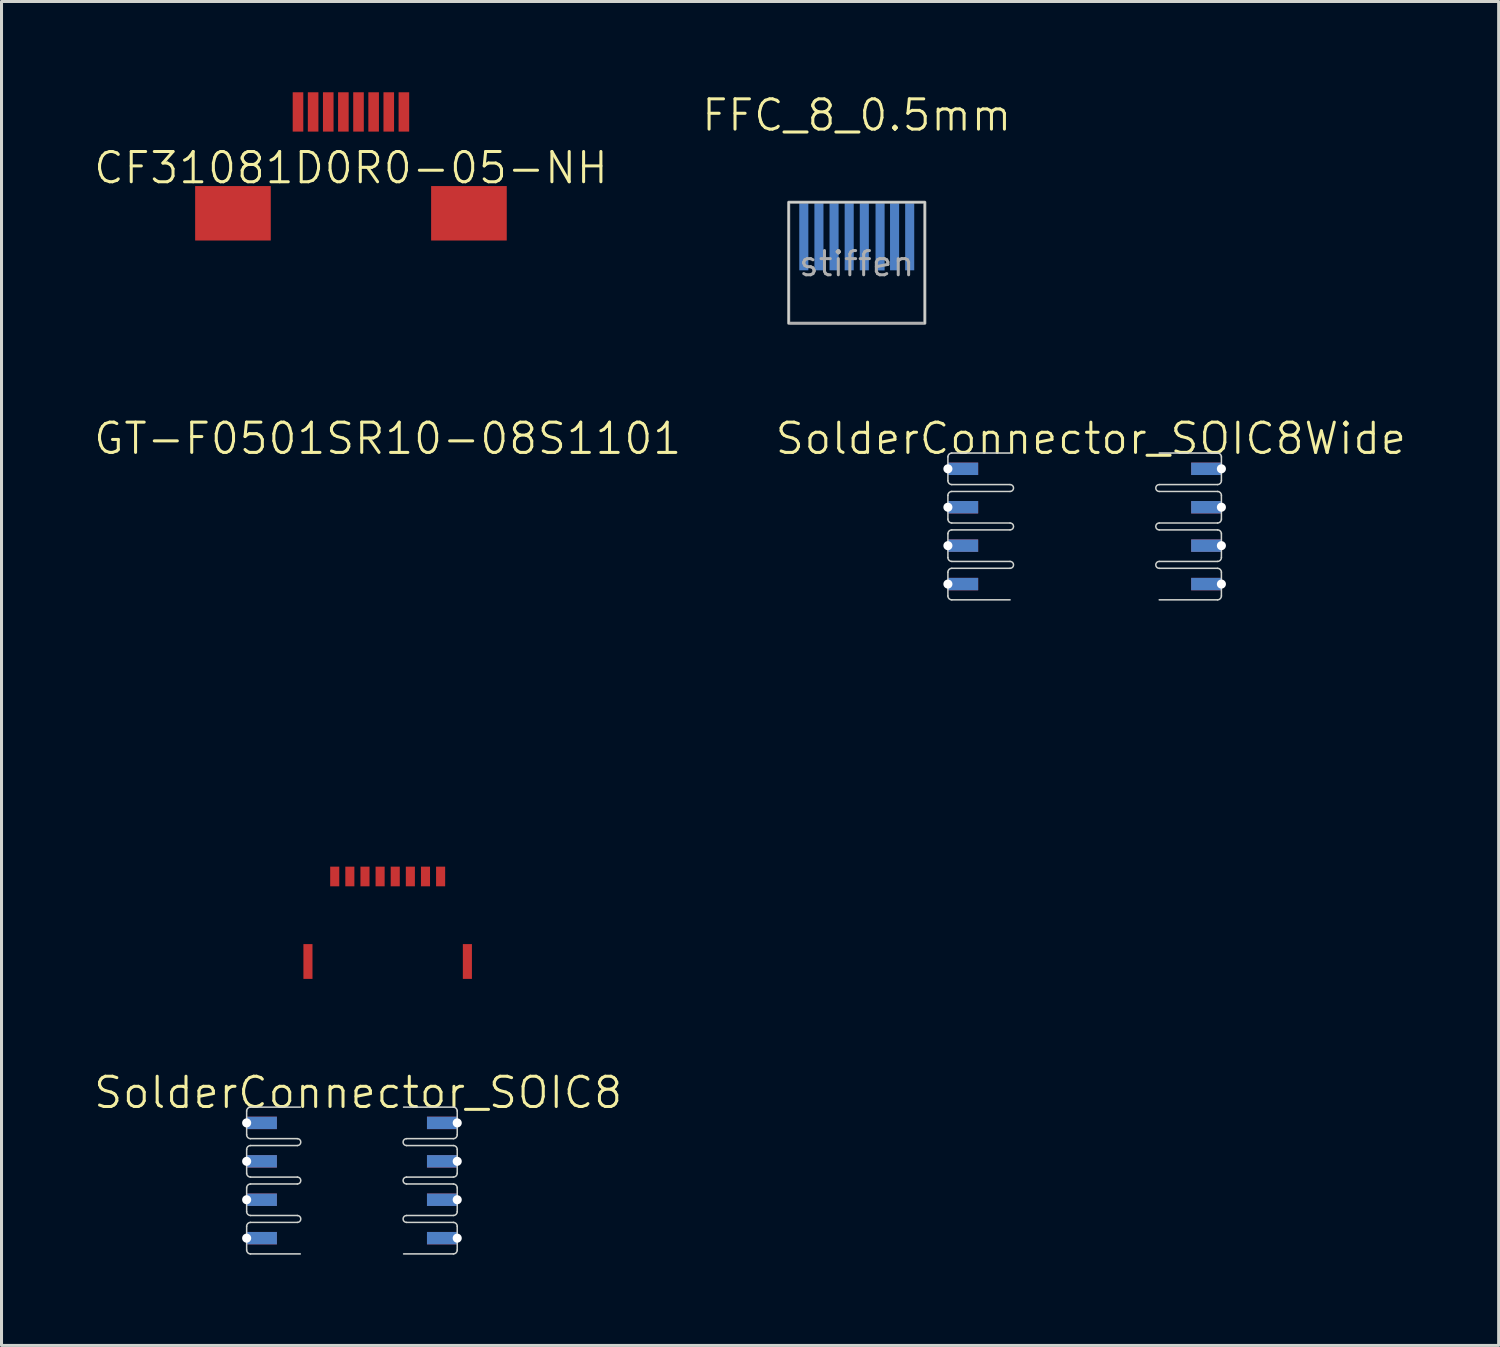
<source format=kicad_pcb>
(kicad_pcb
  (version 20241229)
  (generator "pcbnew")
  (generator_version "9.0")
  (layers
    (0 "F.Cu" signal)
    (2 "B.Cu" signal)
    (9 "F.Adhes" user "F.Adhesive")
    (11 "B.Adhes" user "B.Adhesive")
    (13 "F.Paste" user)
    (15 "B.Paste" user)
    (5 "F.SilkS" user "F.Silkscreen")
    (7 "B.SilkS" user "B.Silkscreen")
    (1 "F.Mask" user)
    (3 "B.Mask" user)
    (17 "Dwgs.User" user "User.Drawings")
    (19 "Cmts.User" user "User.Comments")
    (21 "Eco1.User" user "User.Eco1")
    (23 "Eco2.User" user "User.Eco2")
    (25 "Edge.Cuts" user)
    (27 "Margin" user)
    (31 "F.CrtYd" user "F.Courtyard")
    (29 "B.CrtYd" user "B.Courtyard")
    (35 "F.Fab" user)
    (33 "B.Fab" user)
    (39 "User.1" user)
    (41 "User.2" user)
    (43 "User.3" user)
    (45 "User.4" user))
  (footprint "SolderConnector_SOIC8"
    (layer "F.Cu")
    (at 8.583 35.971)
    (property "Reference" "SolderConnector_SOIC8" (at 0.205 -2.905 0) (unlocked yes) (layer "F.SilkS") (effects (font (size 1 1) (thickness 0.1))))
    (attr through_hole)
    (fp_line (start -3.48 -1.511) (end -3.48 -2.299) (stroke (width 0.05) (type default)) (layer "Edge.Cuts"))
    (fp_line (start -3.48 -1.029) (end -3.48 -0.241) (stroke (width 0.05) (type default)) (layer "Edge.Cuts"))
    (fp_line (start -3.48 0.241) (end -3.48 1.029) (stroke (width 0.05) (type default)) (layer "Edge.Cuts"))
    (fp_line (start -3.48 1.511) (end -3.48 2.299) (stroke (width 0.05) (type default)) (layer "Edge.Cuts"))
    (fp_line (start -3.353 -2.426) (end -1.708 -2.426) (stroke (width 0.05) (type default)) (layer "Edge.Cuts"))
    (fp_line (start -3.353 -1.384) (end -1.804 -1.384) (stroke (width 0.05) (type default)) (layer "Edge.Cuts"))
    (fp_line (start -3.353 -0.114) (end -1.804 -0.114) (stroke (width 0.05) (type default)) (layer "Edge.Cuts"))
    (fp_line (start -3.353 1.156) (end -1.804 1.156) (stroke (width 0.05) (type default)) (layer "Edge.Cuts"))
    (fp_line (start -3.353 2.426) (end -1.708 2.426) (stroke (width 0.05) (type default)) (layer "Edge.Cuts"))
    (fp_line (start -1.804 -1.156) (end -3.353 -1.156) (stroke (width 0.05) (type default)) (layer "Edge.Cuts"))
    (fp_line (start -1.804 0.114) (end -3.353 0.114) (stroke (width 0.05) (type default)) (layer "Edge.Cuts"))
    (fp_line (start -1.804 1.384) (end -3.353 1.384) (stroke (width 0.05) (type default)) (layer "Edge.Cuts"))
    (fp_line (start 1.804 -1.156) (end 3.353 -1.156) (stroke (width 0.05) (type default)) (layer "Edge.Cuts"))
    (fp_line (start 1.804 0.114) (end 3.353 0.114) (stroke (width 0.05) (type default)) (layer "Edge.Cuts"))
    (fp_line (start 1.804 1.384) (end 3.353 1.384) (stroke (width 0.05) (type default)) (layer "Edge.Cuts"))
    (fp_line (start 3.353 -2.426) (end 1.708 -2.426) (stroke (width 0.05) (type default)) (layer "Edge.Cuts"))
    (fp_line (start 3.353 -1.384) (end 1.804 -1.384) (stroke (width 0.05) (type default)) (layer "Edge.Cuts"))
    (fp_line (start 3.353 -0.114) (end 1.804 -0.114) (stroke (width 0.05) (type default)) (layer "Edge.Cuts"))
    (fp_line (start 3.353 1.156) (end 1.804 1.156) (stroke (width 0.05) (type default)) (layer "Edge.Cuts"))
    (fp_line (start 3.353 2.426) (end 1.708 2.426) (stroke (width 0.05) (type default)) (layer "Edge.Cuts"))
    (fp_line (start 3.48 -2.299) (end 3.48 -1.511) (stroke (width 0.05) (type default)) (layer "Edge.Cuts"))
    (fp_line (start 3.48 -1.029) (end 3.48 -0.241) (stroke (width 0.05) (type default)) (layer "Edge.Cuts"))
    (fp_line (start 3.48 0.241) (end 3.48 1.029) (stroke (width 0.05) (type default)) (layer "Edge.Cuts"))
    (fp_line (start 3.48 1.511) (end 3.48 2.299) (stroke (width 0.05) (type default)) (layer "Edge.Cuts"))
    (fp_arc (start -3.48 -2.2987) (mid -3.442803 -2.388503) (end -3.353 -2.4257) (stroke (width 0.05) (type default)) (layer "Edge.Cuts"))
    (fp_arc (start -3.48 -1.0287) (mid -3.442803 -1.118503) (end -3.353 -1.1557) (stroke (width 0.05) (type default)) (layer "Edge.Cuts"))
    (fp_arc (start -3.48 0.2413) (mid -3.442803 0.151497) (end -3.353 0.1143) (stroke (width 0.05) (type default)) (layer "Edge.Cuts"))
    (fp_arc (start -3.48 1.5113) (mid -3.442803 1.421497) (end -3.353 1.3843) (stroke (width 0.05) (type default)) (layer "Edge.Cuts"))
    (fp_arc (start -3.353 -1.3843) (mid -3.442803 -1.421497) (end -3.48 -1.5113) (stroke (width 0.05) (type default)) (layer "Edge.Cuts"))
    (fp_arc (start -3.353 -0.1143) (mid -3.442803 -0.151497) (end -3.48 -0.2413) (stroke (width 0.05) (type default)) (layer "Edge.Cuts"))
    (fp_arc (start -3.353 1.1557) (mid -3.442803 1.118503) (end -3.48 1.0287) (stroke (width 0.05) (type default)) (layer "Edge.Cuts"))
    (fp_arc (start -3.353 2.4257) (mid -3.442803 2.388503) (end -3.48 2.2987) (stroke (width 0.05) (type default)) (layer "Edge.Cuts"))
    (fp_arc (start -1.8045 -1.3843) (mid -1.6902 -1.27) (end -1.8045 -1.1557) (stroke (width 0.05) (type default)) (layer "Edge.Cuts"))
    (fp_arc (start -1.8045 -0.1143) (mid -1.6902 0) (end -1.8045 0.1143) (stroke (width 0.05) (type default)) (layer "Edge.Cuts"))
    (fp_arc (start -1.8045 1.1557) (mid -1.6902 1.27) (end -1.8045 1.3843) (stroke (width 0.05) (type default)) (layer "Edge.Cuts"))
    (fp_arc (start 1.8045 -1.1557) (mid 1.6902 -1.27) (end 1.8045 -1.3843) (stroke (width 0.05) (type default)) (layer "Edge.Cuts"))
    (fp_arc (start 1.8045 0.1143) (mid 1.6902 0) (end 1.8045 -0.1143) (stroke (width 0.05) (type default)) (layer "Edge.Cuts"))
    (fp_arc (start 1.8045 1.3843) (mid 1.6902 1.27) (end 1.8045 1.1557) (stroke (width 0.05) (type default)) (layer "Edge.Cuts"))
    (fp_arc (start 3.353 -2.4257) (mid 3.442803 -2.388503) (end 3.48 -2.2987) (stroke (width 0.05) (type default)) (layer "Edge.Cuts"))
    (fp_arc (start 3.353 -1.1557) (mid 3.442803 -1.118503) (end 3.48 -1.0287) (stroke (width 0.05) (type default)) (layer "Edge.Cuts"))
    (fp_arc (start 3.353 0.1143) (mid 3.442803 0.151497) (end 3.48 0.2413) (stroke (width 0.05) (type default)) (layer "Edge.Cuts"))
    (fp_arc (start 3.353 1.3843) (mid 3.442803 1.421497) (end 3.48 1.5113) (stroke (width 0.05) (type default)) (layer "Edge.Cuts"))
    (fp_arc (start 3.48 -1.5113) (mid 3.442803 -1.421497) (end 3.353 -1.3843) (stroke (width 0.05) (type default)) (layer "Edge.Cuts"))
    (fp_arc (start 3.48 -0.2413) (mid 3.442803 -0.151497) (end 3.353 -0.1143) (stroke (width 0.05) (type default)) (layer "Edge.Cuts"))
    (fp_arc (start 3.48 1.0287) (mid 3.442803 1.118503) (end 3.353 1.1557) (stroke (width 0.05) (type default)) (layer "Edge.Cuts"))
    (fp_arc (start 3.48 2.2987) (mid 3.442803 2.388503) (end 3.353 2.4257) (stroke (width 0.05) (type default)) (layer "Edge.Cuts"))
    (pad "1" thru_hole rect (at -3.48 -1.905) (size 1 0.41) (drill 0.3 (offset 0.5 0)) (property pad_prop_castellated) (layers "*.Cu" "*.Mask"))
    (pad "2" thru_hole rect (at -3.48 -0.635) (size 1 0.41) (drill 0.3 (offset 0.5 0)) (property pad_prop_castellated) (layers "*.Cu" "*.Mask"))
    (pad "3" thru_hole rect (at -3.48 0.635) (size 1 0.41) (drill 0.3 (offset 0.5 0)) (property pad_prop_castellated) (layers "*.Cu" "*.Mask"))
    (pad "4" thru_hole rect (at -3.48 1.905) (size 1 0.41) (drill 0.3 (offset 0.5 0)) (property pad_prop_castellated) (layers "*.Cu" "*.Mask"))
    (pad "5" thru_hole rect (at 3.48 1.905 180) (size 1 0.41) (drill 0.3 (offset 0.5 0)) (property pad_prop_castellated) (layers "*.Cu" "*.Mask"))
    (pad "6" thru_hole rect (at 3.48 0.635 180) (size 1 0.41) (drill 0.3 (offset 0.5 0)) (property pad_prop_castellated) (layers "*.Cu" "*.Mask"))
    (pad "7" thru_hole rect (at 3.48 -0.635 180) (size 1 0.41) (drill 0.3 (offset 0.5 0)) (property pad_prop_castellated) (layers "*.Cu" "*.Mask"))
    (pad "8" thru_hole rect (at 3.48 -1.905 180) (size 1 0.41) (drill 0.3 (offset 0.5 0)) (property pad_prop_castellated) (layers "*.Cu" "*.Mask")))
  (footprint "SolderConnector_SOIC8Wide"
    (layer "F.Cu")
    (at 32.802 14.351)
    (property "Reference" "SolderConnector_SOIC8Wide" (at 0.205 -2.905 0) (unlocked yes) (layer "F.SilkS") (effects (font (size 1 1) (thickness 0.1))))
    (attr through_hole)
    (fp_line (start -4.52 -1.511) (end -4.52 -2.299) (stroke (width 0.05) (type default)) (layer "Edge.Cuts"))
    (fp_line (start -4.52 -1.029) (end -4.52 -0.241) (stroke (width 0.05) (type default)) (layer "Edge.Cuts"))
    (fp_line (start -4.52 0.241) (end -4.52 1.029) (stroke (width 0.05) (type default)) (layer "Edge.Cuts"))
    (fp_line (start -4.52 1.511) (end -4.52 2.299) (stroke (width 0.05) (type default)) (layer "Edge.Cuts"))
    (fp_line (start -4.393 -2.426) (end -2.465 -2.426) (stroke (width 0.05) (type default)) (layer "Edge.Cuts"))
    (fp_line (start -4.393 -1.384) (end -2.465 -1.384) (stroke (width 0.05) (type default)) (layer "Edge.Cuts"))
    (fp_line (start -4.393 -0.114) (end -2.465 -0.114) (stroke (width 0.05) (type default)) (layer "Edge.Cuts"))
    (fp_line (start -4.393 1.156) (end -2.465 1.156) (stroke (width 0.05) (type default)) (layer "Edge.Cuts"))
    (fp_line (start -4.393 2.426) (end -2.465 2.426) (stroke (width 0.05) (type default)) (layer "Edge.Cuts"))
    (fp_line (start -2.465 -1.156) (end -4.393 -1.156) (stroke (width 0.05) (type default)) (layer "Edge.Cuts"))
    (fp_line (start -2.465 0.114) (end -4.393 0.114) (stroke (width 0.05) (type default)) (layer "Edge.Cuts"))
    (fp_line (start -2.465 1.384) (end -4.393 1.384) (stroke (width 0.05) (type default)) (layer "Edge.Cuts"))
    (fp_line (start 2.465 -1.156) (end 4.393 -1.156) (stroke (width 0.05) (type default)) (layer "Edge.Cuts"))
    (fp_line (start 2.465 0.114) (end 4.393 0.114) (stroke (width 0.05) (type default)) (layer "Edge.Cuts"))
    (fp_line (start 2.465 1.384) (end 4.393 1.384) (stroke (width 0.05) (type default)) (layer "Edge.Cuts"))
    (fp_line (start 4.393 -2.426) (end 2.465 -2.426) (stroke (width 0.05) (type default)) (layer "Edge.Cuts"))
    (fp_line (start 4.393 -1.384) (end 2.465 -1.384) (stroke (width 0.05) (type default)) (layer "Edge.Cuts"))
    (fp_line (start 4.393 -0.114) (end 2.465 -0.114) (stroke (width 0.05) (type default)) (layer "Edge.Cuts"))
    (fp_line (start 4.393 1.156) (end 2.465 1.156) (stroke (width 0.05) (type default)) (layer "Edge.Cuts"))
    (fp_line (start 4.393 2.426) (end 2.465 2.426) (stroke (width 0.05) (type default)) (layer "Edge.Cuts"))
    (fp_line (start 4.52 -2.299) (end 4.52 -1.511) (stroke (width 0.05) (type default)) (layer "Edge.Cuts"))
    (fp_line (start 4.52 -1.029) (end 4.52 -0.241) (stroke (width 0.05) (type default)) (layer "Edge.Cuts"))
    (fp_line (start 4.52 0.241) (end 4.52 1.029) (stroke (width 0.05) (type default)) (layer "Edge.Cuts"))
    (fp_line (start 4.52 1.511) (end 4.52 2.299) (stroke (width 0.05) (type default)) (layer "Edge.Cuts"))
    (fp_arc (start -4.52 -2.2987) (mid -4.482803 -2.388503) (end -4.393 -2.4257) (stroke (width 0.05) (type default)) (layer "Edge.Cuts"))
    (fp_arc (start -4.52 -1.0287) (mid -4.482803 -1.118503) (end -4.393 -1.1557) (stroke (width 0.05) (type default)) (layer "Edge.Cuts"))
    (fp_arc (start -4.52 0.2413) (mid -4.482803 0.151497) (end -4.393 0.1143) (stroke (width 0.05) (type default)) (layer "Edge.Cuts"))
    (fp_arc (start -4.52 1.5113) (mid -4.482803 1.421497) (end -4.393 1.3843) (stroke (width 0.05) (type default)) (layer "Edge.Cuts"))
    (fp_arc (start -4.393 -1.3843) (mid -4.482803 -1.421497) (end -4.52 -1.5113) (stroke (width 0.05) (type default)) (layer "Edge.Cuts"))
    (fp_arc (start -4.393 -0.1143) (mid -4.482803 -0.151497) (end -4.52 -0.2413) (stroke (width 0.05) (type default)) (layer "Edge.Cuts"))
    (fp_arc (start -4.393 1.1557) (mid -4.482803 1.118503) (end -4.52 1.0287) (stroke (width 0.05) (type default)) (layer "Edge.Cuts"))
    (fp_arc (start -4.393 2.4257) (mid -4.482803 2.388503) (end -4.52 2.2987) (stroke (width 0.05) (type default)) (layer "Edge.Cuts"))
    (fp_arc (start -2.4645 -1.3843) (mid -2.3502 -1.27) (end -2.4645 -1.1557) (stroke (width 0.05) (type default)) (layer "Edge.Cuts"))
    (fp_arc (start -2.4645 -0.1143) (mid -2.3502 0) (end -2.4645 0.1143) (stroke (width 0.05) (type default)) (layer "Edge.Cuts"))
    (fp_arc (start -2.4645 1.1557) (mid -2.3502 1.27) (end -2.4645 1.3843) (stroke (width 0.05) (type default)) (layer "Edge.Cuts"))
    (fp_arc (start 2.4645 -1.1557) (mid 2.3502 -1.27) (end 2.4645 -1.3843) (stroke (width 0.05) (type default)) (layer "Edge.Cuts"))
    (fp_arc (start 2.4645 0.1143) (mid 2.3502 0) (end 2.4645 -0.1143) (stroke (width 0.05) (type default)) (layer "Edge.Cuts"))
    (fp_arc (start 2.4645 1.3843) (mid 2.3502 1.27) (end 2.4645 1.1557) (stroke (width 0.05) (type default)) (layer "Edge.Cuts"))
    (fp_arc (start 4.393 -2.4257) (mid 4.482803 -2.388503) (end 4.52 -2.2987) (stroke (width 0.05) (type default)) (layer "Edge.Cuts"))
    (fp_arc (start 4.393 -1.1557) (mid 4.482803 -1.118503) (end 4.52 -1.0287) (stroke (width 0.05) (type default)) (layer "Edge.Cuts"))
    (fp_arc (start 4.393 0.1143) (mid 4.482803 0.151497) (end 4.52 0.2413) (stroke (width 0.05) (type default)) (layer "Edge.Cuts"))
    (fp_arc (start 4.393 1.3843) (mid 4.482803 1.421497) (end 4.52 1.5113) (stroke (width 0.05) (type default)) (layer "Edge.Cuts"))
    (fp_arc (start 4.52 -1.5113) (mid 4.482803 -1.421497) (end 4.393 -1.3843) (stroke (width 0.05) (type default)) (layer "Edge.Cuts"))
    (fp_arc (start 4.52 -0.2413) (mid 4.482803 -0.151497) (end 4.393 -0.1143) (stroke (width 0.05) (type default)) (layer "Edge.Cuts"))
    (fp_arc (start 4.52 1.0287) (mid 4.482803 1.118503) (end 4.393 1.1557) (stroke (width 0.05) (type default)) (layer "Edge.Cuts"))
    (fp_arc (start 4.52 2.2987) (mid 4.482803 2.388503) (end 4.393 2.4257) (stroke (width 0.05) (type default)) (layer "Edge.Cuts"))
    (pad "1" thru_hole rect (at -4.52 -1.905) (size 1 0.41) (drill 0.3 (offset 0.5 0)) (property pad_prop_castellated) (layers "*.Cu" "*.Mask"))
    (pad "2" thru_hole rect (at -4.52 -0.635) (size 1 0.41) (drill 0.3 (offset 0.5 0)) (property pad_prop_castellated) (layers "*.Cu" "*.Mask"))
    (pad "3" thru_hole rect (at -4.52 0.635) (size 1 0.41) (drill 0.3 (offset 0.5 0)) (property pad_prop_castellated) (layers "*.Cu" "*.Mask"))
    (pad "4" thru_hole rect (at -4.52 1.905) (size 1 0.41) (drill 0.3 (offset 0.5 0)) (property pad_prop_castellated) (layers "*.Cu" "*.Mask"))
    (pad "5" thru_hole rect (at 4.52 1.905 180) (size 1 0.41) (drill 0.3 (offset 0.5 0)) (property pad_prop_castellated) (layers "*.Cu" "*.Mask"))
    (pad "6" thru_hole rect (at 4.52 0.635 180) (size 1 0.41) (drill 0.3 (offset 0.5 0)) (property pad_prop_castellated) (layers "*.Cu" "*.Mask"))
    (pad "7" thru_hole rect (at 4.52 -0.635 180) (size 1 0.41) (drill 0.3 (offset 0.5 0)) (property pad_prop_castellated) (layers "*.Cu" "*.Mask"))
    (pad "8" thru_hole rect (at 4.52 -1.905 180) (size 1 0.41) (drill 0.3 (offset 0.5 0)) (property pad_prop_castellated) (layers "*.Cu" "*.Mask")))
  (footprint "GT-F0501SR10-08S1101"
    (layer "F.Cu")
    (at 9.764 26.246)
    (property "Reference" "GT-F0501SR10-08S1101" (at 0 -14.8 0) (unlocked yes) (layer "F.SilkS") (effects (font (size 1 1) (thickness 0.1))))
    (attr through_hole)
    (pad "1" smd rect (at -1.75 -0.325) (size 0.3 0.65) (layers "F.Cu" "F.Mask" "F.Paste"))
    (pad "2" smd rect (at -1.25 -0.325) (size 0.3 0.65) (layers "F.Cu" "F.Mask" "F.Paste"))
    (pad "3" smd rect (at -0.75 -0.325) (size 0.3 0.65) (layers "F.Cu" "F.Mask" "F.Paste"))
    (pad "4" smd rect (at -0.25 -0.325) (size 0.3 0.65) (layers "F.Cu" "F.Mask" "F.Paste"))
    (pad "5" smd rect (at 0.25 -0.325) (size 0.3 0.65) (layers "F.Cu" "F.Mask" "F.Paste"))
    (pad "6" smd rect (at 0.75 -0.325) (size 0.3 0.65) (layers "F.Cu" "F.Mask" "F.Paste"))
    (pad "7" smd rect (at 1.25 -0.325) (size 0.3 0.65) (layers "F.Cu" "F.Mask" "F.Paste"))
    (pad "8" smd rect (at 1.75 -0.325) (size 0.3 0.65) (layers "F.Cu" "F.Mask" "F.Paste"))
    (pad "9" smd rect (at -2.635 2.485) (size 0.3 1.15) (layers "F.Cu" "F.Mask" "F.Paste"))
    (pad "9" smd rect (at 2.635 2.485) (size 0.3 1.15) (layers "F.Cu" "F.Mask" "F.Paste")))
  (footprint "FFC_8_0.5mm"
    (layer "F.Cu")
    (at 25.269 3.635)
    (property "Reference" "FFC_8_0.5mm" (at 0 -2.875 0) (unlocked yes) (layer "F.SilkS") (effects (font (size 1 1) (thickness 0.1))))
    (attr smd)
    (fp_line (start -2.25 0) (end -2.25 4) (stroke (width 0.05) (type default)) (layer "Edge.Cuts"))
    (fp_line (start -2.25 0) (end 2.25 0) (stroke (width 0.05) (type default)) (layer "Edge.Cuts"))
    (fp_line (start 2.25 0) (end 2.25 4) (stroke (width 0.05) (type default)) (layer "Edge.Cuts"))
    (fp_rect (start -2.25 0) (end 2.25 4) (stroke (width 0.1) (type default)) (fill no) (layer "F.Fab"))
    (fp_text user "stiffen" (at 0 2.5 0) (unlocked yes) (layer "F.Fab") (effects (font (size 0.8 0.8) (thickness 0.1)) (justify bottom)))
    (pad "1" smd rect (at -1.75 1.125) (size 0.3 2.25) (layers "B.Cu" "B.Mask"))
    (pad "2" smd rect (at -1.25 1.125) (size 0.3 2.25) (layers "B.Cu" "B.Mask"))
    (pad "3" smd rect (at -0.75 1.125) (size 0.3 2.25) (layers "B.Cu" "B.Mask"))
    (pad "4" smd rect (at -0.25 1.125) (size 0.3 2.25) (layers "B.Cu" "B.Mask"))
    (pad "5" smd rect (at 0.25 1.125) (size 0.3 2.25) (layers "B.Cu" "B.Mask"))
    (pad "6" smd rect (at 0.771 1.129) (size 0.3 2.25) (layers "B.Cu" "B.Mask"))
    (pad "7" smd rect (at 1.25 1.125) (size 0.3 2.25) (layers "B.Cu" "B.Mask"))
    (pad "8" smd rect (at 1.75 1.125) (size 0.3 2.25) (layers "B.Cu" "B.Mask")))
  (footprint "CF31081D0R0-05-NH"
    (layer "F.Cu")
    (at 8.55 1.3)
    (property "Reference" "CF31081D0R0-05-NH" (at 0 1.2 0) (unlocked yes) (layer "F.SilkS") (effects (font (size 1 1) (thickness 0.1))))
    (attr through_hole)
    (pad "1" smd rect (at -1.75 -0.65) (size 0.35 1.3) (layers "F.Cu" "F.Mask" "F.Paste"))
    (pad "2" smd rect (at -1.25 -0.65) (size 0.35 1.3) (layers "F.Cu" "F.Mask" "F.Paste"))
    (pad "3" smd rect (at -0.75 -0.65) (size 0.35 1.3) (layers "F.Cu" "F.Mask" "F.Paste"))
    (pad "4" smd rect (at -0.25 -0.65) (size 0.35 1.3) (layers "F.Cu" "F.Mask" "F.Paste"))
    (pad "5" smd rect (at 0.25 -0.65) (size 0.35 1.3) (layers "F.Cu" "F.Mask" "F.Paste"))
    (pad "6" smd rect (at 0.75 -0.65) (size 0.35 1.3) (layers "F.Cu" "F.Mask" "F.Paste"))
    (pad "7" smd rect (at 1.25 -0.65) (size 0.35 1.3) (layers "F.Cu" "F.Mask" "F.Paste"))
    (pad "8" smd rect (at 1.75 -0.65) (size 0.35 1.3) (layers "F.Cu" "F.Mask" "F.Paste"))
    (pad "9" smd rect (at -3.9 2.7) (size 2.5 1.8) (layers "F.Cu" "F.Mask" "F.Paste"))
    (pad "9" smd rect (at 3.9 2.7) (size 2.5 1.8) (layers "F.Cu" "F.Mask" "F.Paste")))
  (gr_rect
    (start -3 -3)
    (end 46.486 41.422)
    (stroke (width 0.1) (type default))
    (fill no)
    (layer "Edge.Cuts")))
</source>
